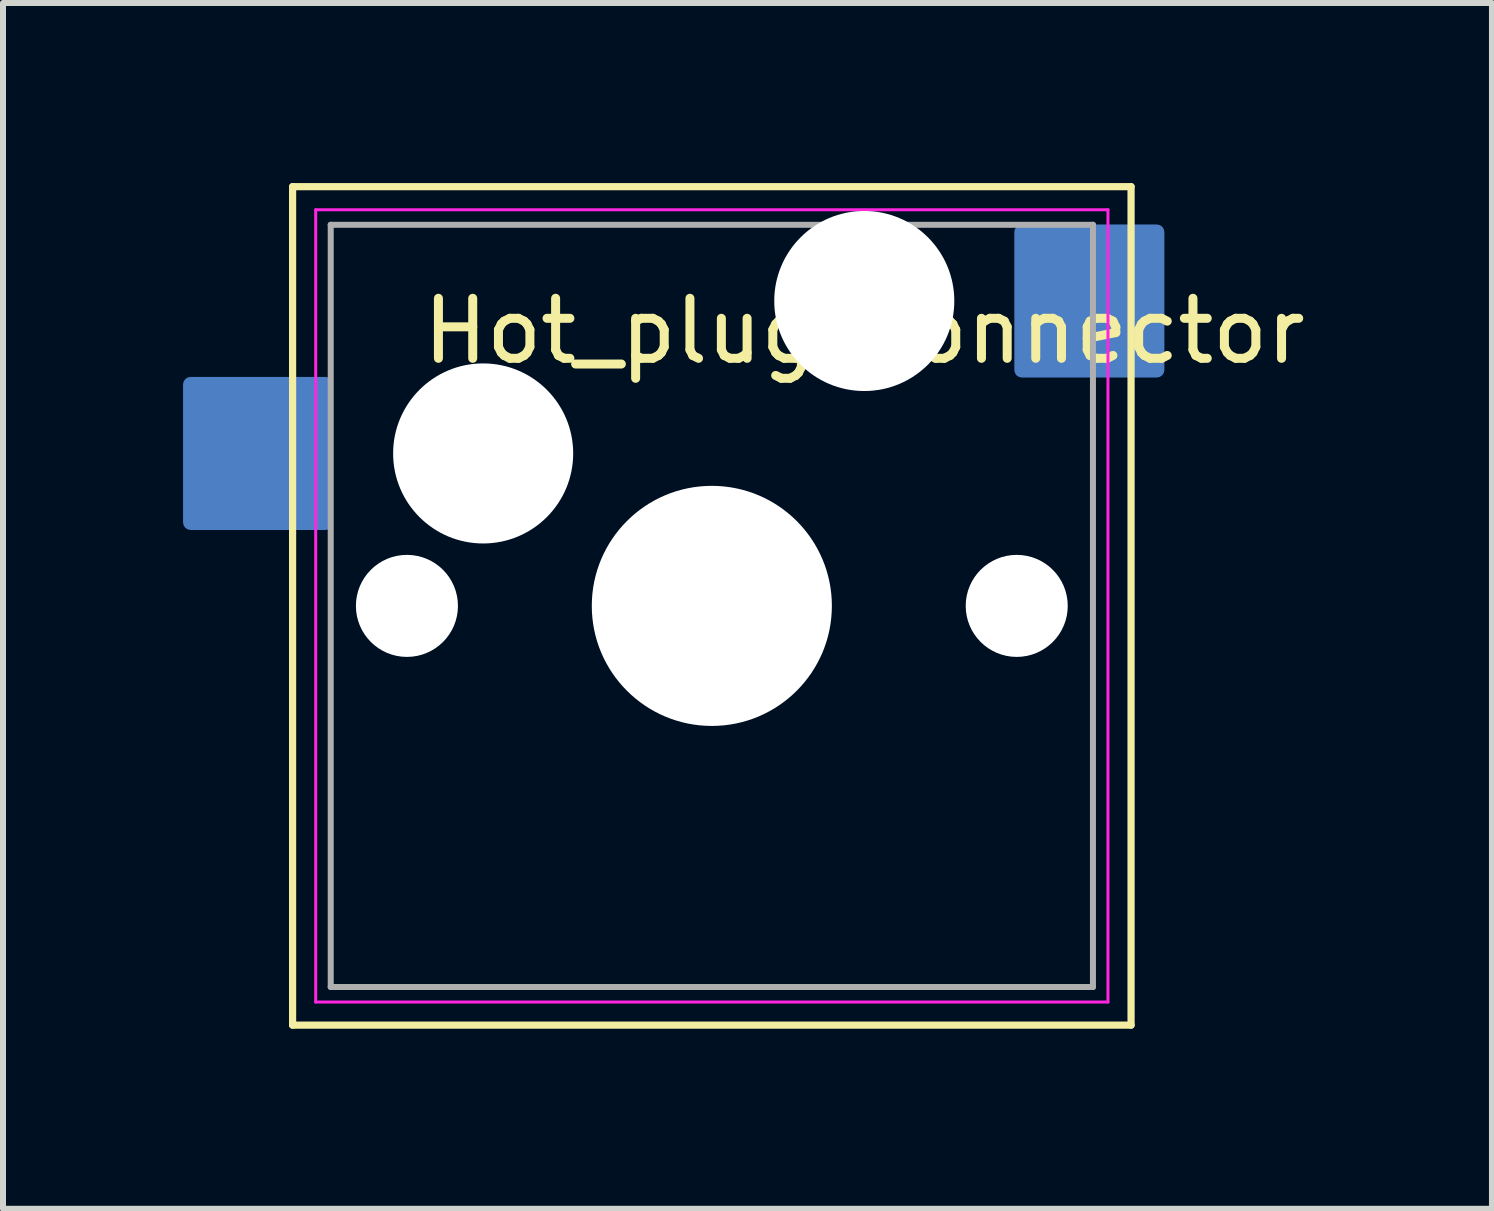
<source format=kicad_pcb>
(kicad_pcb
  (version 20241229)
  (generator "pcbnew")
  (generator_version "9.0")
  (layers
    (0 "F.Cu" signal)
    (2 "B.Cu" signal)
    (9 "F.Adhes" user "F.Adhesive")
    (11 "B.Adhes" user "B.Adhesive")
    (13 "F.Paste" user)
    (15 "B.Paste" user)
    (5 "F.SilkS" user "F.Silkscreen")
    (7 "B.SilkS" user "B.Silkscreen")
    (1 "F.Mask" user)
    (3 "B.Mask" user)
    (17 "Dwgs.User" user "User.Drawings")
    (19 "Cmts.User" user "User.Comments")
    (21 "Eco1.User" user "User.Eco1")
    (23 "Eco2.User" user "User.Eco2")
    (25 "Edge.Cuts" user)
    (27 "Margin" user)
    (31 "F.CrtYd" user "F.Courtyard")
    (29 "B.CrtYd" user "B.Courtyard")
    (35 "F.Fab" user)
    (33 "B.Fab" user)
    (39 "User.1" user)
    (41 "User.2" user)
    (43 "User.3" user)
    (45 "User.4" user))
  (footprint "Hot_plug_connector"
    (layer "F.Cu")
    (at 11.35 1.965)
    (property "Reference" "Hot_plug_connector" (at 0 0.5 0) (layer "F.SilkS") (effects (font (size 1 1) (thickness 0.15))))
    (attr through_hole)
    (fp_line (start -9.525 -1.905) (end 4.445 -1.905) (stroke (width 0.12) (type solid)) (layer "F.SilkS"))
    (fp_line (start -9.525 12.065) (end -9.525 -1.905) (stroke (width 0.12) (type solid)) (layer "F.SilkS"))
    (fp_line (start 4.445 -1.905) (end 4.445 12.065) (stroke (width 0.12) (type solid)) (layer "F.SilkS"))
    (fp_line (start 4.445 12.065) (end -9.525 12.065) (stroke (width 0.12) (type solid)) (layer "F.SilkS"))
    (fp_line (start -9.14 -1.52) (end 4.06 -1.52) (stroke (width 0.05) (type solid)) (layer "F.CrtYd"))
    (fp_line (start -9.14 11.68) (end -9.14 -1.52) (stroke (width 0.05) (type solid)) (layer "F.CrtYd"))
    (fp_line (start 4.06 -1.52) (end 4.06 11.68) (stroke (width 0.05) (type solid)) (layer "F.CrtYd"))
    (fp_line (start 4.06 11.68) (end -9.14 11.68) (stroke (width 0.05) (type solid)) (layer "F.CrtYd"))
    (fp_line (start -8.89 -1.27) (end 3.81 -1.27) (stroke (width 0.1) (type solid)) (layer "F.Fab"))
    (fp_line (start -8.89 11.43) (end -8.89 -1.27) (stroke (width 0.1) (type solid)) (layer "F.Fab"))
    (fp_line (start 3.81 -1.27) (end 3.81 11.43) (stroke (width 0.1) (type solid)) (layer "F.Fab"))
    (fp_line (start 3.81 11.43) (end -8.89 11.43) (stroke (width 0.1) (type solid)) (layer "F.Fab"))
    (pad "" np_thru_hole circle (at -7.62 5.08) (size 1.7 1.7) (drill 1.7) (layers "*.Cu" "*.Mask"))
    (pad "" np_thru_hole circle (at -6.35 2.54) (size 3 3) (drill 3) (layers "*.Cu" "*.Mask"))
    (pad "" np_thru_hole circle (at -2.54 5.08) (size 4 4) (drill 4) (layers "*.Cu" "*.Mask"))
    (pad "" np_thru_hole circle (at 0 0) (size 3 3) (drill 3) (layers "*.Cu" "*.Mask"))
    (pad "" np_thru_hole circle (at 2.54 5.08) (size 1.7 1.7) (drill 1.7) (layers "*.Cu" "*.Mask"))
    (pad "1" smd roundrect (at 3.75 0) (size 2.5 2.55) (layers "B.Cu" "B.Mask") (roundrect_rratio 0.05))
    (pad "2" smd roundrect (at -10.1 2.54) (size 2.5 2.55) (layers "B.Cu" "B.Mask") (roundrect_rratio 0.05)))
  (gr_rect
    (start -3 -3)
    (end 21.808 17.09)
    (stroke (width 0.1) (type default))
    (fill no)
    (layer "Edge.Cuts")))
</source>
